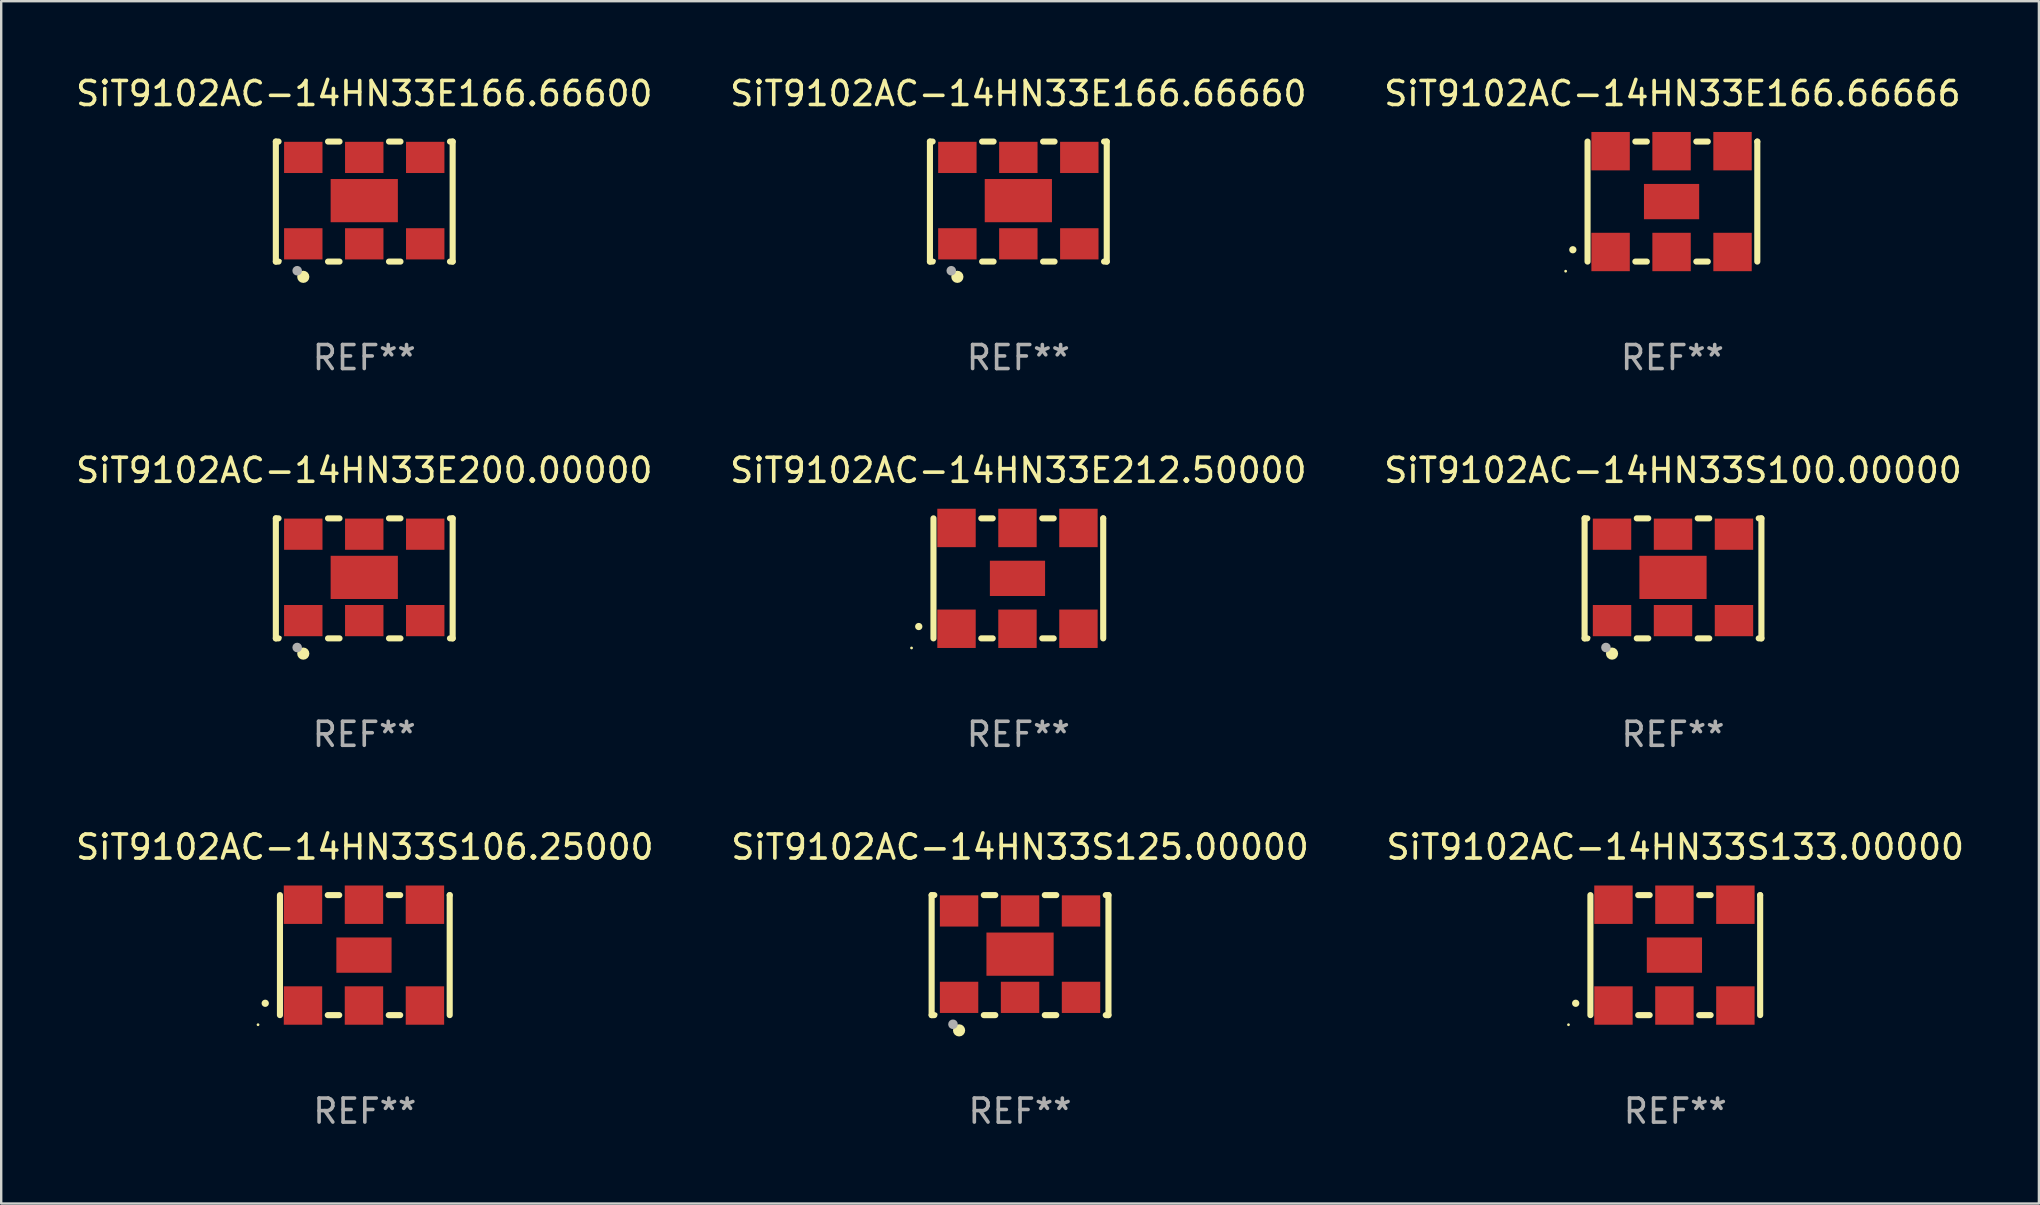
<source format=kicad_pcb>
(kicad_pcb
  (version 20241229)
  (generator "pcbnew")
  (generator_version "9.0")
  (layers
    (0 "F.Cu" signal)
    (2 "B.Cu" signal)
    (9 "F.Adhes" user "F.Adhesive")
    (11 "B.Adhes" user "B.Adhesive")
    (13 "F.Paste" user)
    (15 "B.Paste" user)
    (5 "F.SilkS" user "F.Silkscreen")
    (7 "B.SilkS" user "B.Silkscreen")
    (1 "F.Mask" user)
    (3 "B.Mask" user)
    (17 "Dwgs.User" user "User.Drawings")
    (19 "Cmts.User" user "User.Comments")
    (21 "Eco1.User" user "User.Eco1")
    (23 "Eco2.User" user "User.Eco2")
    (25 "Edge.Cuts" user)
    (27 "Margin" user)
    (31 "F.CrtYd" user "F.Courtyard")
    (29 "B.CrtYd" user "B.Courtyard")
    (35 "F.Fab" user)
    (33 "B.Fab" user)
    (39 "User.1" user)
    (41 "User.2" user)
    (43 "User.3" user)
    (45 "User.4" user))
  (footprint "SiT9102AC-14HN33E166.66600"
    (layer "F.Cu")
    (at 12.125 5.348)
    (property "Reference" "SiT9102AC-14HN33E166.66600" (at 0 -4.5 0) (layer "F.SilkS") (effects (font (size 1 1) (thickness 0.15))))
    (attr through_hole)
    (fp_line (start -3.683 -2.5) (end -3.571 -2.5) (stroke (width 0.254) (type solid)) (layer "F.SilkS"))
    (fp_line (start -3.683 2.5) (end -3.683 -2.5) (stroke (width 0.254) (type solid)) (layer "F.SilkS"))
    (fp_line (start -3.683 2.5) (end -3.571 2.5) (stroke (width 0.254) (type solid)) (layer "F.SilkS"))
    (fp_line (start -1.509 -2.5) (end -1.031 -2.5) (stroke (width 0.254) (type solid)) (layer "F.SilkS"))
    (fp_line (start -1.509 2.5) (end -1.031 2.5) (stroke (width 0.254) (type solid)) (layer "F.SilkS"))
    (fp_line (start 1.031 -2.5) (end 1.509 -2.5) (stroke (width 0.254) (type solid)) (layer "F.SilkS"))
    (fp_line (start 1.031 2.5) (end 1.509 2.5) (stroke (width 0.254) (type solid)) (layer "F.SilkS"))
    (fp_line (start 3.571 -2.5) (end 3.683 -2.5) (stroke (width 0.254) (type solid)) (layer "F.SilkS"))
    (fp_line (start 3.571 2.5) (end 3.683 2.5) (stroke (width 0.254) (type solid)) (layer "F.SilkS"))
    (fp_line (start 3.683 2.5) (end 3.683 -2.5) (stroke (width 0.254) (type solid)) (layer "F.SilkS"))
    (fp_circle (center -3.5 2.46) (end -3.47 2.46) (stroke (width 0.06) (type solid)) (fill no) (layer "F.SilkS"))
    (fp_circle (center -2.54 3.135) (end -2.413 3.135) (stroke (width 0.254) (type solid)) (fill no) (layer "F.SilkS"))
    (fp_circle (center -2.794 2.881) (end -2.694 2.881) (stroke (width 0.2) (type solid)) (fill no) (layer "F.Fab"))
    (fp_text user "REF**" (at 0 6.5 0) (layer "F.Fab") (effects (font (size 1 1) (thickness 0.15))))
    (pad "1" smd rect (at -2.54 1.76) (size 1.6 1.3) (layers "F.Cu" "F.Mask" "F.Paste"))
    (pad "2" smd rect (at 0 1.76) (size 1.6 1.3) (layers "F.Cu" "F.Mask" "F.Paste"))
    (pad "3" smd rect (at 2.54 1.76) (size 1.6 1.3) (layers "F.Cu" "F.Mask" "F.Paste"))
    (pad "4" smd rect (at 2.54 -1.84) (size 1.6 1.3) (layers "F.Cu" "F.Mask" "F.Paste"))
    (pad "5" smd rect (at 0 -1.84) (size 1.6 1.3) (layers "F.Cu" "F.Mask" "F.Paste"))
    (pad "6" smd rect (at -2.54 -1.84) (size 1.6 1.3) (layers "F.Cu" "F.Mask" "F.Paste"))
    (pad "7" smd rect (at 0 -0.04) (size 2.8 1.8) (layers "F.Cu" "F.Mask" "F.Paste")))
  (footprint "SiT9102AC-14HN33S106.25000"
    (layer "F.Cu")
    (at 12.149 36.741)
    (property "Reference" "SiT9102AC-14HN33S106.25000" (at 0 -4.5 0) (layer "F.SilkS") (effects (font (size 1 1) (thickness 0.15))))
    (attr through_hole)
    (fp_line (start -3.536 -2.5) (end -3.536 2.5) (stroke (width 0.254) (type solid)) (layer "F.SilkS"))
    (fp_line (start -1.544 2.5) (end -1.067 2.5) (stroke (width 0.254) (type solid)) (layer "F.SilkS"))
    (fp_line (start -1.067 -2.5) (end -1.544 -2.5) (stroke (width 0.254) (type solid)) (layer "F.SilkS"))
    (fp_line (start 0.996 2.5) (end 1.473 2.5) (stroke (width 0.254) (type solid)) (layer "F.SilkS"))
    (fp_line (start 1.473 -2.5) (end 0.996 -2.5) (stroke (width 0.254) (type solid)) (layer "F.SilkS"))
    (fp_line (start 3.536 -2.5) (end 3.536 -2.5) (stroke (width 0.254) (type solid)) (layer "F.SilkS"))
    (fp_line (start 3.536 2.5) (end 3.536 -2.5) (stroke (width 0.254) (type solid)) (layer "F.SilkS"))
    (fp_arc (start -4.150432 2.006604) (mid -4.149162 2.006599) (end -4.147892 2.006604) (stroke (width 0.3) (type solid)) (layer "F.SilkS"))
    (fp_circle (center -4.449 2.9) (end -4.419 2.9) (stroke (width 0.06) (type solid)) (fill no) (layer "F.SilkS"))
    (fp_text user "REF**" (at 0 6.5 0) (layer "F.Fab") (effects (font (size 1 1) (thickness 0.15))))
    (pad "1" smd rect (at -2.576 2.1) (size 1.6 1.6) (layers "F.Cu" "F.Mask" "F.Paste"))
    (pad "2" smd rect (at -0.036 2.1) (size 1.6 1.6) (layers "F.Cu" "F.Mask" "F.Paste"))
    (pad "3" smd rect (at 2.504 2.1) (size 1.6 1.6) (layers "F.Cu" "F.Mask" "F.Paste"))
    (pad "4" smd rect (at 2.504 -2.1) (size 1.6 1.6) (layers "F.Cu" "F.Mask" "F.Paste"))
    (pad "5" smd rect (at -0.036 -2.1) (size 1.6 1.6) (layers "F.Cu" "F.Mask" "F.Paste"))
    (pad "6" smd rect (at -2.576 -2.1) (size 1.6 1.6) (layers "F.Cu" "F.Mask" "F.Paste"))
    (pad "7" smd rect (at -0.036 0) (size 2.3 1.47) (layers "F.Cu" "F.Mask" "F.Paste")))
  (footprint "SiT9102AC-14HN33S125.00000"
    (layer "F.Cu")
    (at 39.446 36.741)
    (property "Reference" "SiT9102AC-14HN33S125.00000" (at 0 -4.5 0) (layer "F.SilkS") (effects (font (size 1 1) (thickness 0.15))))
    (attr through_hole)
    (fp_line (start -3.683 -2.5) (end -3.571 -2.5) (stroke (width 0.254) (type solid)) (layer "F.SilkS"))
    (fp_line (start -3.683 2.5) (end -3.683 -2.5) (stroke (width 0.254) (type solid)) (layer "F.SilkS"))
    (fp_line (start -3.683 2.5) (end -3.571 2.5) (stroke (width 0.254) (type solid)) (layer "F.SilkS"))
    (fp_line (start -1.509 -2.5) (end -1.031 -2.5) (stroke (width 0.254) (type solid)) (layer "F.SilkS"))
    (fp_line (start -1.509 2.5) (end -1.031 2.5) (stroke (width 0.254) (type solid)) (layer "F.SilkS"))
    (fp_line (start 1.031 -2.5) (end 1.509 -2.5) (stroke (width 0.254) (type solid)) (layer "F.SilkS"))
    (fp_line (start 1.031 2.5) (end 1.509 2.5) (stroke (width 0.254) (type solid)) (layer "F.SilkS"))
    (fp_line (start 3.571 -2.5) (end 3.683 -2.5) (stroke (width 0.254) (type solid)) (layer "F.SilkS"))
    (fp_line (start 3.571 2.5) (end 3.683 2.5) (stroke (width 0.254) (type solid)) (layer "F.SilkS"))
    (fp_line (start 3.683 2.5) (end 3.683 -2.5) (stroke (width 0.254) (type solid)) (layer "F.SilkS"))
    (fp_circle (center -3.5 2.46) (end -3.47 2.46) (stroke (width 0.06) (type solid)) (fill no) (layer "F.SilkS"))
    (fp_circle (center -2.54 3.135) (end -2.413 3.135) (stroke (width 0.254) (type solid)) (fill no) (layer "F.SilkS"))
    (fp_circle (center -2.794 2.881) (end -2.694 2.881) (stroke (width 0.2) (type solid)) (fill no) (layer "F.Fab"))
    (fp_text user "REF**" (at 0 6.5 0) (layer "F.Fab") (effects (font (size 1 1) (thickness 0.15))))
    (pad "1" smd rect (at -2.54 1.76) (size 1.6 1.3) (layers "F.Cu" "F.Mask" "F.Paste"))
    (pad "2" smd rect (at 0 1.76) (size 1.6 1.3) (layers "F.Cu" "F.Mask" "F.Paste"))
    (pad "3" smd rect (at 2.54 1.76) (size 1.6 1.3) (layers "F.Cu" "F.Mask" "F.Paste"))
    (pad "4" smd rect (at 2.54 -1.84) (size 1.6 1.3) (layers "F.Cu" "F.Mask" "F.Paste"))
    (pad "5" smd rect (at 0 -1.84) (size 1.6 1.3) (layers "F.Cu" "F.Mask" "F.Paste"))
    (pad "6" smd rect (at -2.54 -1.84) (size 1.6 1.3) (layers "F.Cu" "F.Mask" "F.Paste"))
    (pad "7" smd rect (at 0 -0.04) (size 2.8 1.8) (layers "F.Cu" "F.Mask" "F.Paste")))
  (footprint "SiT9102AC-14HN33S133.00000"
    (layer "F.Cu")
    (at 66.744 36.741)
    (property "Reference" "SiT9102AC-14HN33S133.00000" (at 0 -4.5 0) (layer "F.SilkS") (effects (font (size 1 1) (thickness 0.15))))
    (attr through_hole)
    (fp_line (start -3.536 -2.5) (end -3.536 2.5) (stroke (width 0.254) (type solid)) (layer "F.SilkS"))
    (fp_line (start -1.544 2.5) (end -1.067 2.5) (stroke (width 0.254) (type solid)) (layer "F.SilkS"))
    (fp_line (start -1.067 -2.5) (end -1.544 -2.5) (stroke (width 0.254) (type solid)) (layer "F.SilkS"))
    (fp_line (start 0.996 2.5) (end 1.473 2.5) (stroke (width 0.254) (type solid)) (layer "F.SilkS"))
    (fp_line (start 1.473 -2.5) (end 0.996 -2.5) (stroke (width 0.254) (type solid)) (layer "F.SilkS"))
    (fp_line (start 3.536 -2.5) (end 3.536 -2.5) (stroke (width 0.254) (type solid)) (layer "F.SilkS"))
    (fp_line (start 3.536 2.5) (end 3.536 -2.5) (stroke (width 0.254) (type solid)) (layer "F.SilkS"))
    (fp_arc (start -4.150432 2.006604) (mid -4.149162 2.006599) (end -4.147892 2.006604) (stroke (width 0.3) (type solid)) (layer "F.SilkS"))
    (fp_circle (center -4.449 2.9) (end -4.419 2.9) (stroke (width 0.06) (type solid)) (fill no) (layer "F.SilkS"))
    (fp_text user "REF**" (at 0 6.5 0) (layer "F.Fab") (effects (font (size 1 1) (thickness 0.15))))
    (pad "1" smd rect (at -2.576 2.1) (size 1.6 1.6) (layers "F.Cu" "F.Mask" "F.Paste"))
    (pad "2" smd rect (at -0.036 2.1) (size 1.6 1.6) (layers "F.Cu" "F.Mask" "F.Paste"))
    (pad "3" smd rect (at 2.504 2.1) (size 1.6 1.6) (layers "F.Cu" "F.Mask" "F.Paste"))
    (pad "4" smd rect (at 2.504 -2.1) (size 1.6 1.6) (layers "F.Cu" "F.Mask" "F.Paste"))
    (pad "5" smd rect (at -0.036 -2.1) (size 1.6 1.6) (layers "F.Cu" "F.Mask" "F.Paste"))
    (pad "6" smd rect (at -2.576 -2.1) (size 1.6 1.6) (layers "F.Cu" "F.Mask" "F.Paste"))
    (pad "7" smd rect (at -0.036 0) (size 2.3 1.47) (layers "F.Cu" "F.Mask" "F.Paste")))
  (footprint "SiT9102AC-14HN33E166.66666"
    (layer "F.Cu")
    (at 66.625 5.348)
    (property "Reference" "SiT9102AC-14HN33E166.66666" (at 0 -4.5 0) (layer "F.SilkS") (effects (font (size 1 1) (thickness 0.15))))
    (attr through_hole)
    (fp_line (start -3.536 -2.5) (end -3.536 2.5) (stroke (width 0.254) (type solid)) (layer "F.SilkS"))
    (fp_line (start -1.544 2.5) (end -1.067 2.5) (stroke (width 0.254) (type solid)) (layer "F.SilkS"))
    (fp_line (start -1.067 -2.5) (end -1.544 -2.5) (stroke (width 0.254) (type solid)) (layer "F.SilkS"))
    (fp_line (start 0.996 2.5) (end 1.473 2.5) (stroke (width 0.254) (type solid)) (layer "F.SilkS"))
    (fp_line (start 1.473 -2.5) (end 0.996 -2.5) (stroke (width 0.254) (type solid)) (layer "F.SilkS"))
    (fp_line (start 3.536 -2.5) (end 3.536 -2.5) (stroke (width 0.254) (type solid)) (layer "F.SilkS"))
    (fp_line (start 3.536 2.5) (end 3.536 -2.5) (stroke (width 0.254) (type solid)) (layer "F.SilkS"))
    (fp_arc (start -4.150432 2.006604) (mid -4.149162 2.006599) (end -4.147892 2.006604) (stroke (width 0.3) (type solid)) (layer "F.SilkS"))
    (fp_circle (center -4.449 2.9) (end -4.419 2.9) (stroke (width 0.06) (type solid)) (fill no) (layer "F.SilkS"))
    (fp_text user "REF**" (at 0 6.5 0) (layer "F.Fab") (effects (font (size 1 1) (thickness 0.15))))
    (pad "1" smd rect (at -2.576 2.1) (size 1.6 1.6) (layers "F.Cu" "F.Mask" "F.Paste"))
    (pad "2" smd rect (at -0.036 2.1) (size 1.6 1.6) (layers "F.Cu" "F.Mask" "F.Paste"))
    (pad "3" smd rect (at 2.504 2.1) (size 1.6 1.6) (layers "F.Cu" "F.Mask" "F.Paste"))
    (pad "4" smd rect (at 2.504 -2.1) (size 1.6 1.6) (layers "F.Cu" "F.Mask" "F.Paste"))
    (pad "5" smd rect (at -0.036 -2.1) (size 1.6 1.6) (layers "F.Cu" "F.Mask" "F.Paste"))
    (pad "6" smd rect (at -2.576 -2.1) (size 1.6 1.6) (layers "F.Cu" "F.Mask" "F.Paste"))
    (pad "7" smd rect (at -0.036 0) (size 2.3 1.47) (layers "F.Cu" "F.Mask" "F.Paste")))
  (footprint "SiT9102AC-14HN33E166.66660"
    (layer "F.Cu")
    (at 39.375 5.348)
    (property "Reference" "SiT9102AC-14HN33E166.66660" (at 0 -4.5 0) (layer "F.SilkS") (effects (font (size 1 1) (thickness 0.15))))
    (attr through_hole)
    (fp_line (start -3.683 -2.5) (end -3.571 -2.5) (stroke (width 0.254) (type solid)) (layer "F.SilkS"))
    (fp_line (start -3.683 2.5) (end -3.683 -2.5) (stroke (width 0.254) (type solid)) (layer "F.SilkS"))
    (fp_line (start -3.683 2.5) (end -3.571 2.5) (stroke (width 0.254) (type solid)) (layer "F.SilkS"))
    (fp_line (start -1.509 -2.5) (end -1.031 -2.5) (stroke (width 0.254) (type solid)) (layer "F.SilkS"))
    (fp_line (start -1.509 2.5) (end -1.031 2.5) (stroke (width 0.254) (type solid)) (layer "F.SilkS"))
    (fp_line (start 1.031 -2.5) (end 1.509 -2.5) (stroke (width 0.254) (type solid)) (layer "F.SilkS"))
    (fp_line (start 1.031 2.5) (end 1.509 2.5) (stroke (width 0.254) (type solid)) (layer "F.SilkS"))
    (fp_line (start 3.571 -2.5) (end 3.683 -2.5) (stroke (width 0.254) (type solid)) (layer "F.SilkS"))
    (fp_line (start 3.571 2.5) (end 3.683 2.5) (stroke (width 0.254) (type solid)) (layer "F.SilkS"))
    (fp_line (start 3.683 2.5) (end 3.683 -2.5) (stroke (width 0.254) (type solid)) (layer "F.SilkS"))
    (fp_circle (center -3.5 2.46) (end -3.47 2.46) (stroke (width 0.06) (type solid)) (fill no) (layer "F.SilkS"))
    (fp_circle (center -2.54 3.135) (end -2.413 3.135) (stroke (width 0.254) (type solid)) (fill no) (layer "F.SilkS"))
    (fp_circle (center -2.794 2.881) (end -2.694 2.881) (stroke (width 0.2) (type solid)) (fill no) (layer "F.Fab"))
    (fp_text user "REF**" (at 0 6.5 0) (layer "F.Fab") (effects (font (size 1 1) (thickness 0.15))))
    (pad "1" smd rect (at -2.54 1.76) (size 1.6 1.3) (layers "F.Cu" "F.Mask" "F.Paste"))
    (pad "2" smd rect (at 0 1.76) (size 1.6 1.3) (layers "F.Cu" "F.Mask" "F.Paste"))
    (pad "3" smd rect (at 2.54 1.76) (size 1.6 1.3) (layers "F.Cu" "F.Mask" "F.Paste"))
    (pad "4" smd rect (at 2.54 -1.84) (size 1.6 1.3) (layers "F.Cu" "F.Mask" "F.Paste"))
    (pad "5" smd rect (at 0 -1.84) (size 1.6 1.3) (layers "F.Cu" "F.Mask" "F.Paste"))
    (pad "6" smd rect (at -2.54 -1.84) (size 1.6 1.3) (layers "F.Cu" "F.Mask" "F.Paste"))
    (pad "7" smd rect (at 0 -0.04) (size 2.8 1.8) (layers "F.Cu" "F.Mask" "F.Paste")))
  (footprint "SiT9102AC-14HN33E200.00000"
    (layer "F.Cu")
    (at 12.125 21.045)
    (property "Reference" "SiT9102AC-14HN33E200.00000" (at 0 -4.5 0) (layer "F.SilkS") (effects (font (size 1 1) (thickness 0.15))))
    (attr through_hole)
    (fp_line (start -3.683 -2.5) (end -3.571 -2.5) (stroke (width 0.254) (type solid)) (layer "F.SilkS"))
    (fp_line (start -3.683 2.5) (end -3.683 -2.5) (stroke (width 0.254) (type solid)) (layer "F.SilkS"))
    (fp_line (start -3.683 2.5) (end -3.571 2.5) (stroke (width 0.254) (type solid)) (layer "F.SilkS"))
    (fp_line (start -1.509 -2.5) (end -1.031 -2.5) (stroke (width 0.254) (type solid)) (layer "F.SilkS"))
    (fp_line (start -1.509 2.5) (end -1.031 2.5) (stroke (width 0.254) (type solid)) (layer "F.SilkS"))
    (fp_line (start 1.031 -2.5) (end 1.509 -2.5) (stroke (width 0.254) (type solid)) (layer "F.SilkS"))
    (fp_line (start 1.031 2.5) (end 1.509 2.5) (stroke (width 0.254) (type solid)) (layer "F.SilkS"))
    (fp_line (start 3.571 -2.5) (end 3.683 -2.5) (stroke (width 0.254) (type solid)) (layer "F.SilkS"))
    (fp_line (start 3.571 2.5) (end 3.683 2.5) (stroke (width 0.254) (type solid)) (layer "F.SilkS"))
    (fp_line (start 3.683 2.5) (end 3.683 -2.5) (stroke (width 0.254) (type solid)) (layer "F.SilkS"))
    (fp_circle (center -3.5 2.46) (end -3.47 2.46) (stroke (width 0.06) (type solid)) (fill no) (layer "F.SilkS"))
    (fp_circle (center -2.54 3.135) (end -2.413 3.135) (stroke (width 0.254) (type solid)) (fill no) (layer "F.SilkS"))
    (fp_circle (center -2.794 2.881) (end -2.694 2.881) (stroke (width 0.2) (type solid)) (fill no) (layer "F.Fab"))
    (fp_text user "REF**" (at 0 6.5 0) (layer "F.Fab") (effects (font (size 1 1) (thickness 0.15))))
    (pad "1" smd rect (at -2.54 1.76) (size 1.6 1.3) (layers "F.Cu" "F.Mask" "F.Paste"))
    (pad "2" smd rect (at 0 1.76) (size 1.6 1.3) (layers "F.Cu" "F.Mask" "F.Paste"))
    (pad "3" smd rect (at 2.54 1.76) (size 1.6 1.3) (layers "F.Cu" "F.Mask" "F.Paste"))
    (pad "4" smd rect (at 2.54 -1.84) (size 1.6 1.3) (layers "F.Cu" "F.Mask" "F.Paste"))
    (pad "5" smd rect (at 0 -1.84) (size 1.6 1.3) (layers "F.Cu" "F.Mask" "F.Paste"))
    (pad "6" smd rect (at -2.54 -1.84) (size 1.6 1.3) (layers "F.Cu" "F.Mask" "F.Paste"))
    (pad "7" smd rect (at 0 -0.04) (size 2.8 1.8) (layers "F.Cu" "F.Mask" "F.Paste")))
  (footprint "SiT9102AC-14HN33E212.50000"
    (layer "F.Cu")
    (at 39.375 21.045)
    (property "Reference" "SiT9102AC-14HN33E212.50000" (at 0 -4.5 0) (layer "F.SilkS") (effects (font (size 1 1) (thickness 0.15))))
    (attr through_hole)
    (fp_line (start -3.536 -2.5) (end -3.536 2.5) (stroke (width 0.254) (type solid)) (layer "F.SilkS"))
    (fp_line (start -1.544 2.5) (end -1.067 2.5) (stroke (width 0.254) (type solid)) (layer "F.SilkS"))
    (fp_line (start -1.067 -2.5) (end -1.544 -2.5) (stroke (width 0.254) (type solid)) (layer "F.SilkS"))
    (fp_line (start 0.996 2.5) (end 1.473 2.5) (stroke (width 0.254) (type solid)) (layer "F.SilkS"))
    (fp_line (start 1.473 -2.5) (end 0.996 -2.5) (stroke (width 0.254) (type solid)) (layer "F.SilkS"))
    (fp_line (start 3.536 -2.5) (end 3.536 -2.5) (stroke (width 0.254) (type solid)) (layer "F.SilkS"))
    (fp_line (start 3.536 2.5) (end 3.536 -2.5) (stroke (width 0.254) (type solid)) (layer "F.SilkS"))
    (fp_arc (start -4.150432 2.006604) (mid -4.149162 2.006599) (end -4.147892 2.006604) (stroke (width 0.3) (type solid)) (layer "F.SilkS"))
    (fp_circle (center -4.449 2.9) (end -4.419 2.9) (stroke (width 0.06) (type solid)) (fill no) (layer "F.SilkS"))
    (fp_text user "REF**" (at 0 6.5 0) (layer "F.Fab") (effects (font (size 1 1) (thickness 0.15))))
    (pad "1" smd rect (at -2.576 2.1) (size 1.6 1.6) (layers "F.Cu" "F.Mask" "F.Paste"))
    (pad "2" smd rect (at -0.036 2.1) (size 1.6 1.6) (layers "F.Cu" "F.Mask" "F.Paste"))
    (pad "3" smd rect (at 2.504 2.1) (size 1.6 1.6) (layers "F.Cu" "F.Mask" "F.Paste"))
    (pad "4" smd rect (at 2.504 -2.1) (size 1.6 1.6) (layers "F.Cu" "F.Mask" "F.Paste"))
    (pad "5" smd rect (at -0.036 -2.1) (size 1.6 1.6) (layers "F.Cu" "F.Mask" "F.Paste"))
    (pad "6" smd rect (at -2.576 -2.1) (size 1.6 1.6) (layers "F.Cu" "F.Mask" "F.Paste"))
    (pad "7" smd rect (at -0.036 0) (size 2.3 1.47) (layers "F.Cu" "F.Mask" "F.Paste")))
  (footprint "SiT9102AC-14HN33S100.00000"
    (layer "F.Cu")
    (at 66.649 21.045)
    (property "Reference" "SiT9102AC-14HN33S100.00000" (at 0 -4.5 0) (layer "F.SilkS") (effects (font (size 1 1) (thickness 0.15))))
    (attr through_hole)
    (fp_line (start -3.683 -2.5) (end -3.571 -2.5) (stroke (width 0.254) (type solid)) (layer "F.SilkS"))
    (fp_line (start -3.683 2.5) (end -3.683 -2.5) (stroke (width 0.254) (type solid)) (layer "F.SilkS"))
    (fp_line (start -3.683 2.5) (end -3.571 2.5) (stroke (width 0.254) (type solid)) (layer "F.SilkS"))
    (fp_line (start -1.509 -2.5) (end -1.031 -2.5) (stroke (width 0.254) (type solid)) (layer "F.SilkS"))
    (fp_line (start -1.509 2.5) (end -1.031 2.5) (stroke (width 0.254) (type solid)) (layer "F.SilkS"))
    (fp_line (start 1.031 -2.5) (end 1.509 -2.5) (stroke (width 0.254) (type solid)) (layer "F.SilkS"))
    (fp_line (start 1.031 2.5) (end 1.509 2.5) (stroke (width 0.254) (type solid)) (layer "F.SilkS"))
    (fp_line (start 3.571 -2.5) (end 3.683 -2.5) (stroke (width 0.254) (type solid)) (layer "F.SilkS"))
    (fp_line (start 3.571 2.5) (end 3.683 2.5) (stroke (width 0.254) (type solid)) (layer "F.SilkS"))
    (fp_line (start 3.683 2.5) (end 3.683 -2.5) (stroke (width 0.254) (type solid)) (layer "F.SilkS"))
    (fp_circle (center -3.5 2.46) (end -3.47 2.46) (stroke (width 0.06) (type solid)) (fill no) (layer "F.SilkS"))
    (fp_circle (center -2.54 3.135) (end -2.413 3.135) (stroke (width 0.254) (type solid)) (fill no) (layer "F.SilkS"))
    (fp_circle (center -2.794 2.881) (end -2.694 2.881) (stroke (width 0.2) (type solid)) (fill no) (layer "F.Fab"))
    (fp_text user "REF**" (at 0 6.5 0) (layer "F.Fab") (effects (font (size 1 1) (thickness 0.15))))
    (pad "1" smd rect (at -2.54 1.76) (size 1.6 1.3) (layers "F.Cu" "F.Mask" "F.Paste"))
    (pad "2" smd rect (at 0 1.76) (size 1.6 1.3) (layers "F.Cu" "F.Mask" "F.Paste"))
    (pad "3" smd rect (at 2.54 1.76) (size 1.6 1.3) (layers "F.Cu" "F.Mask" "F.Paste"))
    (pad "4" smd rect (at 2.54 -1.84) (size 1.6 1.3) (layers "F.Cu" "F.Mask" "F.Paste"))
    (pad "5" smd rect (at 0 -1.84) (size 1.6 1.3) (layers "F.Cu" "F.Mask" "F.Paste"))
    (pad "6" smd rect (at -2.54 -1.84) (size 1.6 1.3) (layers "F.Cu" "F.Mask" "F.Paste"))
    (pad "7" smd rect (at 0 -0.04) (size 2.8 1.8) (layers "F.Cu" "F.Mask" "F.Paste")))
  (gr_rect
    (start -3 -3)
    (end 81.893 47.09)
    (stroke (width 0.1) (type default))
    (fill no)
    (layer "Edge.Cuts")))
</source>
